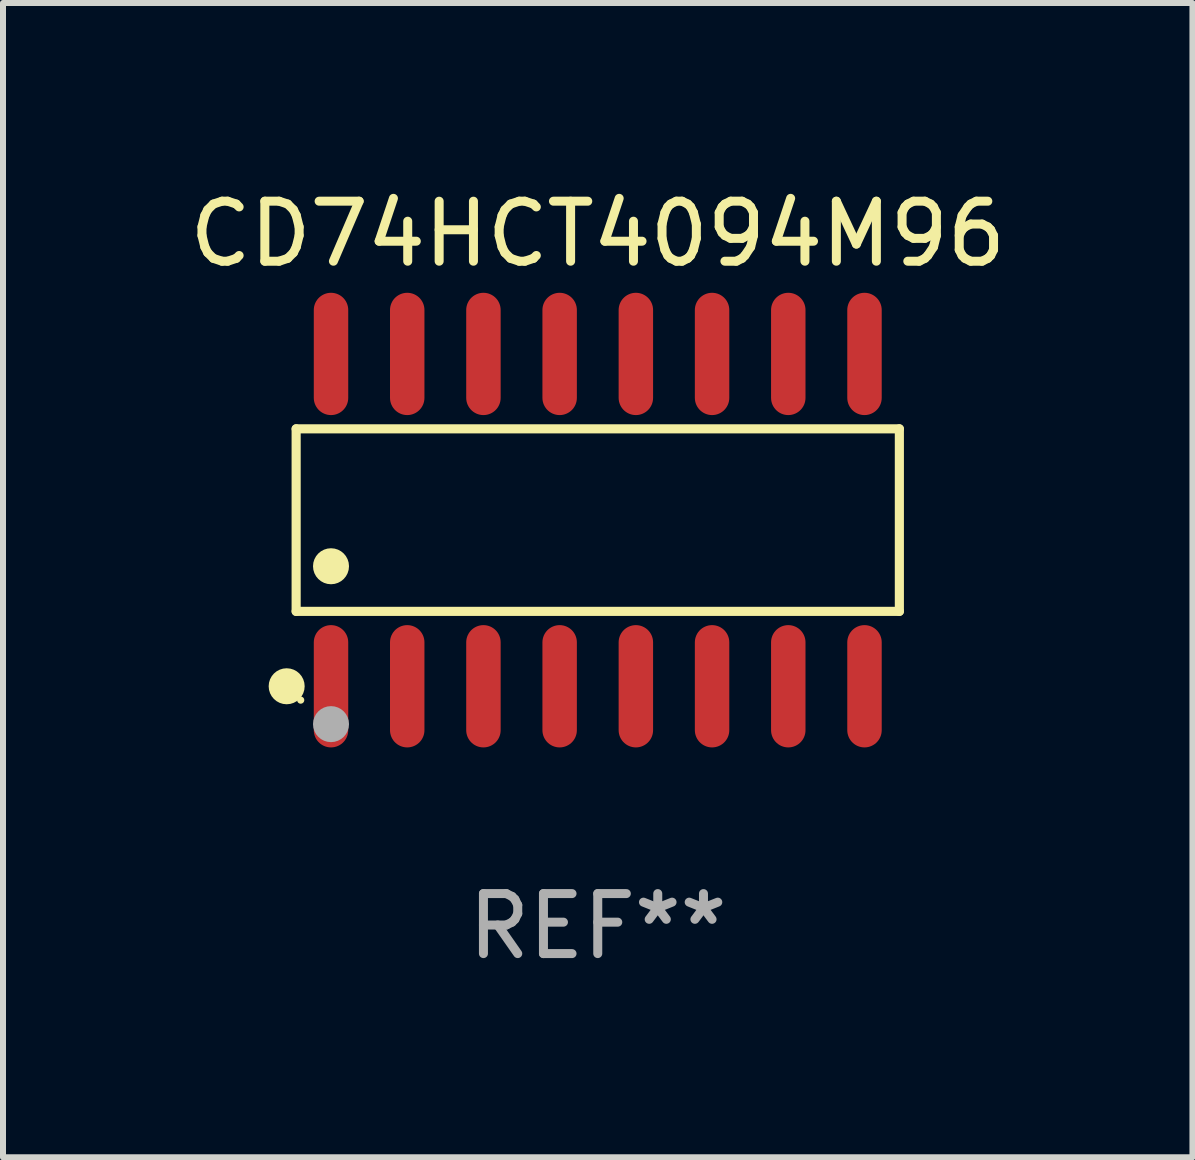
<source format=kicad_pcb>
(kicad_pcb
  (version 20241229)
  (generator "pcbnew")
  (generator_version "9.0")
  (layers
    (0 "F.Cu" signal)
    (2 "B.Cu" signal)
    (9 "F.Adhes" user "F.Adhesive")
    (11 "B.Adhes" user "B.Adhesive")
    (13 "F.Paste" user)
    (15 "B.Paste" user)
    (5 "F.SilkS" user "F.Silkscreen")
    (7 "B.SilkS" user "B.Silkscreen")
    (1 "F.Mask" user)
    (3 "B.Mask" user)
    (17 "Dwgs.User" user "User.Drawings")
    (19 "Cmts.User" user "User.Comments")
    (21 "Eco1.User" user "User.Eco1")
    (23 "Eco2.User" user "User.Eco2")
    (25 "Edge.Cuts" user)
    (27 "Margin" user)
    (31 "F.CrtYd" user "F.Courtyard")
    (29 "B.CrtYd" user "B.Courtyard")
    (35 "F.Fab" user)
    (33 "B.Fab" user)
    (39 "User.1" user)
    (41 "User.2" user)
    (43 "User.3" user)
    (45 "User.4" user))
  (footprint "CD74HCT4094M96"
    (layer "F.Cu")
    (at 6.911 5.617)
    (property "Reference" "CD74HCT4094M96" (at 0 -4.769 0) (layer "F.SilkS") (effects (font (size 1 1) (thickness 0.15))))
    (attr through_hole)
    (fp_line (start -5.026 -1.521) (end 5.026 -1.521) (stroke (width 0.152) (type solid)) (layer "F.SilkS"))
    (fp_line (start -5.026 1.521) (end -5.026 -1.521) (stroke (width 0.152) (type solid)) (layer "F.SilkS"))
    (fp_line (start 5.026 -1.521) (end 5.026 1.521) (stroke (width 0.152) (type solid)) (layer "F.SilkS"))
    (fp_line (start 5.026 1.521) (end -5.026 1.521) (stroke (width 0.152) (type solid)) (layer "F.SilkS"))
    (fp_circle (center -5.184 2.769) (end -5.034 2.769) (stroke (width 0.3) (type solid)) (fill no) (layer "F.SilkS"))
    (fp_circle (center -4.95 3) (end -4.92 3) (stroke (width 0.06) (type solid)) (fill no) (layer "F.SilkS"))
    (fp_circle (center -4.445 0.769) (end -4.295 0.769) (stroke (width 0.3) (type solid)) (fill no) (layer "F.SilkS"))
    (fp_circle (center -4.445 3.4) (end -4.295 3.4) (stroke (width 0.3) (type solid)) (fill no) (layer "F.Fab"))
    (fp_text user "REF**" (at 0 6.769 0) (layer "F.Fab") (effects (font (size 1 1) (thickness 0.15))))
    (pad "1" smd oval (at -4.445 2.769) (size 0.574 2.038) (layers "F.Cu" "F.Mask" "F.Paste"))
    (pad "2" smd oval (at -3.175 2.769) (size 0.574 2.038) (layers "F.Cu" "F.Mask" "F.Paste"))
    (pad "3" smd oval (at -1.905 2.769) (size 0.574 2.038) (layers "F.Cu" "F.Mask" "F.Paste"))
    (pad "4" smd oval (at -0.635 2.769) (size 0.574 2.038) (layers "F.Cu" "F.Mask" "F.Paste"))
    (pad "5" smd oval (at 0.635 2.769) (size 0.574 2.038) (layers "F.Cu" "F.Mask" "F.Paste"))
    (pad "6" smd oval (at 1.905 2.769) (size 0.574 2.038) (layers "F.Cu" "F.Mask" "F.Paste"))
    (pad "7" smd oval (at 3.175 2.769) (size 0.574 2.038) (layers "F.Cu" "F.Mask" "F.Paste"))
    (pad "8" smd oval (at 4.445 2.769) (size 0.574 2.038) (layers "F.Cu" "F.Mask" "F.Paste"))
    (pad "9" smd oval (at 4.445 -2.769) (size 0.574 2.038) (layers "F.Cu" "F.Mask" "F.Paste"))
    (pad "10" smd oval (at 3.175 -2.769) (size 0.574 2.038) (layers "F.Cu" "F.Mask" "F.Paste"))
    (pad "11" smd oval (at 1.905 -2.769) (size 0.574 2.038) (layers "F.Cu" "F.Mask" "F.Paste"))
    (pad "12" smd oval (at 0.635 -2.769) (size 0.574 2.038) (layers "F.Cu" "F.Mask" "F.Paste"))
    (pad "13" smd oval (at -0.635 -2.769) (size 0.574 2.038) (layers "F.Cu" "F.Mask" "F.Paste"))
    (pad "14" smd oval (at -1.905 -2.769) (size 0.574 2.038) (layers "F.Cu" "F.Mask" "F.Paste"))
    (pad "15" smd oval (at -3.175 -2.769) (size 0.574 2.038) (layers "F.Cu" "F.Mask" "F.Paste"))
    (pad "16" smd oval (at -4.445 -2.769) (size 0.574 2.038) (layers "F.Cu" "F.Mask" "F.Paste")))
  (gr_rect
    (start -3 -3)
    (end 16.821 16.235)
    (stroke (width 0.1) (type default))
    (fill no)
    (layer "Edge.Cuts")))
</source>
